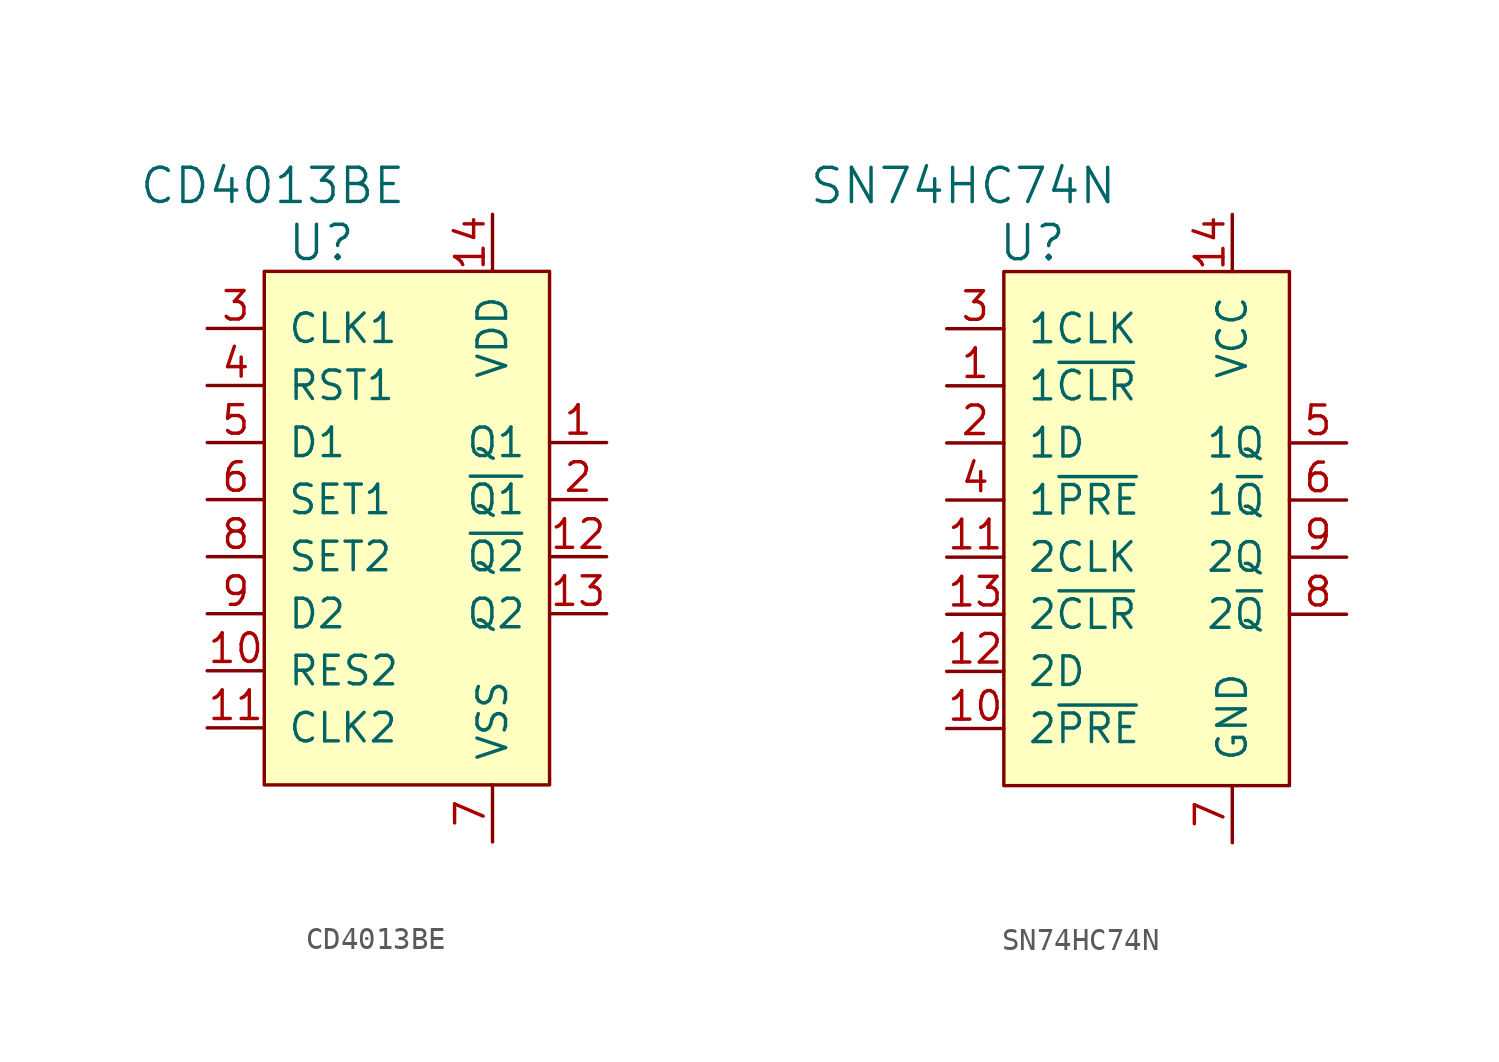
<source format=kicad_sym>
(kicad_symbol_lib
  (version 20201005)
  (generator kicad_symbol_editor)
  (symbol "CD4013BE"
    (pin_names
      (offset 1.016))
    (property "Reference" "U"
      (at -5.08 3.81 0)
      (effects (font (size 1.524 1.524))))
    (property "Value" "CD4013BE"
      (at -1.27 6.35 0)
      (effects (font (size 1.524 1.524)) (justify right)))
    (symbol "CD4013BE_0_1"
      (rectangle (start -7.62 2.54) (end 5.08 -20.32) (stroke (width 0)) (fill (type background))))
    (symbol "CD4013BE_1_1"
      (pin output line (at 7.62 -5.08 180) (length 2.54) (name "Q1" (effects (font (size 1.27 1.27)))) (number "1" (effects (font (size 1.27 1.27)))))
      (pin output line (at 7.62 -7.62 180) (length 2.54) (name "~Q1" (effects (font (size 1.27 1.27)))) (number "2" (effects (font (size 1.27 1.27)))))
      (pin input line (at -10.16 0 0) (length 2.54) (name "CLK1" (effects (font (size 1.27 1.27)))) (number "3" (effects (font (size 1.27 1.27)))))
      (pin input line (at -10.16 -2.54 0) (length 2.54) (name "RST1" (effects (font (size 1.27 1.27)))) (number "4" (effects (font (size 1.27 1.27)))))
      (pin input line (at -10.16 -5.08 0) (length 2.54) (name "D1" (effects (font (size 1.27 1.27)))) (number "5" (effects (font (size 1.27 1.27)))))
      (pin input line (at -10.16 -7.62 0) (length 2.54) (name "SET1" (effects (font (size 1.27 1.27)))) (number "6" (effects (font (size 1.27 1.27)))))
      (pin power_in line (at 2.54 -22.86 90) (length 2.54) (name "VSS" (effects (font (size 1.27 1.27)))) (number "7" (effects (font (size 1.27 1.27)))))
      (pin input line (at -10.16 -10.16 0) (length 2.54) (name "SET2" (effects (font (size 1.27 1.27)))) (number "8" (effects (font (size 1.27 1.27)))))
      (pin input line (at -10.16 -12.7 0) (length 2.54) (name "D2" (effects (font (size 1.27 1.27)))) (number "9" (effects (font (size 1.27 1.27)))))
      (pin input line (at -10.16 -15.24 0) (length 2.54) (name "RES2" (effects (font (size 1.27 1.27)))) (number "10" (effects (font (size 1.27 1.27)))))
      (pin input line (at -10.16 -17.78 0) (length 2.54) (name "CLK2" (effects (font (size 1.27 1.27)))) (number "11" (effects (font (size 1.27 1.27)))))
      (pin output line (at 7.62 -10.16 180) (length 2.54) (name "~Q2" (effects (font (size 1.27 1.27)))) (number "12" (effects (font (size 1.27 1.27)))))
      (pin output line (at 7.62 -12.7 180) (length 2.54) (name "Q2" (effects (font (size 1.27 1.27)))) (number "13" (effects (font (size 1.27 1.27)))))
      (pin power_in line (at 2.54 5.08 270) (length 2.54) (name "VDD" (effects (font (size 1.27 1.27)))) (number "14" (effects (font (size 1.27 1.27)))))))
  (symbol "SN74HC74N"
    (pin_names
      (offset 1.016))
    (property "Reference" "U"
      (at -6.35 11.43 0)
      (effects (font (size 1.524 1.524))))
    (property "Value" "SN74HC74N"
      (at -2.54 13.97 0)
      (effects (font (size 1.524 1.524)) (justify right)))
    (symbol "SN74HC74N_0_1"
      (rectangle (start -7.62 10.16) (end 5.08 -12.7) (stroke (width 0)) (fill (type background))))
    (symbol "SN74HC74N_1_1"
      (pin input line (at -10.16 5.08 0) (length 2.54) (name "1~CLR" (effects (font (size 1.27 1.27)))) (number "1" (effects (font (size 1.27 1.27)))))
      (pin input line (at -10.16 2.54 0) (length 2.54) (name "1D" (effects (font (size 1.27 1.27)))) (number "2" (effects (font (size 1.27 1.27)))))
      (pin input line (at -10.16 7.62 0) (length 2.54) (name "1CLK" (effects (font (size 1.27 1.27)))) (number "3" (effects (font (size 1.27 1.27)))))
      (pin input line (at -10.16 0 0) (length 2.54) (name "1~PRE" (effects (font (size 1.27 1.27)))) (number "4" (effects (font (size 1.27 1.27)))))
      (pin output line (at 7.62 2.54 180) (length 2.54) (name "1Q" (effects (font (size 1.27 1.27)))) (number "5" (effects (font (size 1.27 1.27)))))
      (pin output line (at 7.62 0 180) (length 2.54) (name "1~Q" (effects (font (size 1.27 1.27)))) (number "6" (effects (font (size 1.27 1.27)))))
      (pin power_in line (at 2.54 -15.24 90) (length 2.54) (name "GND" (effects (font (size 1.27 1.27)))) (number "7" (effects (font (size 1.27 1.27)))))
      (pin output line (at 7.62 -5.08 180) (length 2.54) (name "2~Q" (effects (font (size 1.27 1.27)))) (number "8" (effects (font (size 1.27 1.27)))))
      (pin output line (at 7.62 -2.54 180) (length 2.54) (name "2Q" (effects (font (size 1.27 1.27)))) (number "9" (effects (font (size 1.27 1.27)))))
      (pin input line (at -10.16 -10.16 0) (length 2.54) (name "2~PRE" (effects (font (size 1.27 1.27)))) (number "10" (effects (font (size 1.27 1.27)))))
      (pin input line (at -10.16 -2.54 0) (length 2.54) (name "2CLK" (effects (font (size 1.27 1.27)))) (number "11" (effects (font (size 1.27 1.27)))))
      (pin input line (at -10.16 -7.62 0) (length 2.54) (name "2D" (effects (font (size 1.27 1.27)))) (number "12" (effects (font (size 1.27 1.27)))))
      (pin input line (at -10.16 -5.08 0) (length 2.54) (name "2~CLR" (effects (font (size 1.27 1.27)))) (number "13" (effects (font (size 1.27 1.27)))))
      (pin power_in line (at 2.54 12.7 270) (length 2.54) (name "VCC" (effects (font (size 1.27 1.27)))) (number "14" (effects (font (size 1.27 1.27))))))))
</source>
